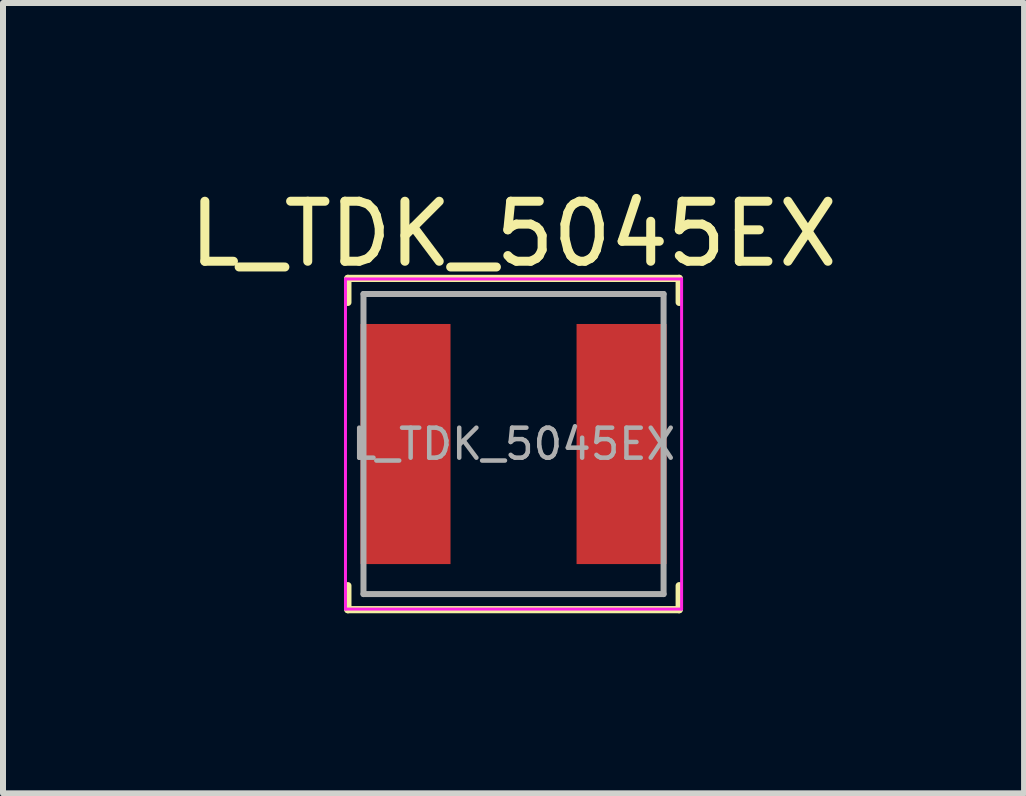
<source format=kicad_pcb>
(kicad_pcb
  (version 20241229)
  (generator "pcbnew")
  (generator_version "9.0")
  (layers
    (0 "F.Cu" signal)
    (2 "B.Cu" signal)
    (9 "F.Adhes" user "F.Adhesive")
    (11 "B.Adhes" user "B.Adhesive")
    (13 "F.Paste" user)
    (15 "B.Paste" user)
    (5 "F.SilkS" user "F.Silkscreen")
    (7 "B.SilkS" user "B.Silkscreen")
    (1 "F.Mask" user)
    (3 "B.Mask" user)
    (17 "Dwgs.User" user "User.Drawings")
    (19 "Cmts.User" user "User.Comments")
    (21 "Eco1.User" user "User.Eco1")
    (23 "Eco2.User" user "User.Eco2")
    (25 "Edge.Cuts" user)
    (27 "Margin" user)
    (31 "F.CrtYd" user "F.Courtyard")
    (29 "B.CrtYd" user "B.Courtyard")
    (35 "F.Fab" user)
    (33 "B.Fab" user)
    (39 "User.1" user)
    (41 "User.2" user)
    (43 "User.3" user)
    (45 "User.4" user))
  (footprint "L_TDK_5045EX"
    (layer "F.Cu")
    (at 5.506 4.348)
    (property "Reference" "L_TDK_5045EX" (at 0 -3.5 0) (layer "F.SilkS") (effects (font (size 1 1) (thickness 0.15))))
    (attr smd)
    (fp_line (start -2.76 -2.76) (end -2.76 -2.36) (stroke (width 0.12) (type solid)) (layer "F.SilkS"))
    (fp_line (start -2.76 -2.76) (end 2.76 -2.76) (stroke (width 0.12) (type solid)) (layer "F.SilkS"))
    (fp_line (start -2.76 2.76) (end -2.76 2.36) (stroke (width 0.12) (type solid)) (layer "F.SilkS"))
    (fp_line (start -2.76 2.76) (end 2.76 2.76) (stroke (width 0.12) (type solid)) (layer "F.SilkS"))
    (fp_line (start 2.76 -2.76) (end 2.76 -2.36) (stroke (width 0.12) (type solid)) (layer "F.SilkS"))
    (fp_line (start 2.76 2.76) (end 2.76 2.36) (stroke (width 0.12) (type solid)) (layer "F.SilkS"))
    (fp_line (start -2.8 -2.75) (end -2.8 2.75) (stroke (width 0.05) (type solid)) (layer "F.CrtYd"))
    (fp_line (start -2.8 2.75) (end 2.8 2.75) (stroke (width 0.05) (type solid)) (layer "F.CrtYd"))
    (fp_line (start 2.8 -2.75) (end -2.8 -2.75) (stroke (width 0.05) (type solid)) (layer "F.CrtYd"))
    (fp_line (start 2.8 2.75) (end 2.8 -2.75) (stroke (width 0.05) (type solid)) (layer "F.CrtYd"))
    (fp_line (start -2.5 -2.5) (end -2.5 2.5) (stroke (width 0.1) (type solid)) (layer "F.Fab"))
    (fp_line (start -2.5 2.5) (end 2.5 2.5) (stroke (width 0.1) (type solid)) (layer "F.Fab"))
    (fp_line (start 2.5 -2.5) (end -2.5 -2.5) (stroke (width 0.1) (type solid)) (layer "F.Fab"))
    (fp_line (start 2.5 2.5) (end 2.5 -2.5) (stroke (width 0.1) (type solid)) (layer "F.Fab"))
    (fp_text user "${REFERENCE}" (at 0 0 0) (layer "F.Fab") (effects (font (size 0.5 0.5) (thickness 0.075))))
    (pad "1" smd rect (at -1.8 0) (size 1.5 4) (layers "F.Cu" "F.Mask" "F.Paste"))
    (pad "2" smd rect (at 1.8 0) (size 1.5 4) (layers "F.Cu" "F.Mask" "F.Paste")))
  (gr_rect
    (start -3 -3)
    (end 14.012 10.168)
    (stroke (width 0.1) (type default))
    (fill no)
    (layer "Edge.Cuts")))
</source>
